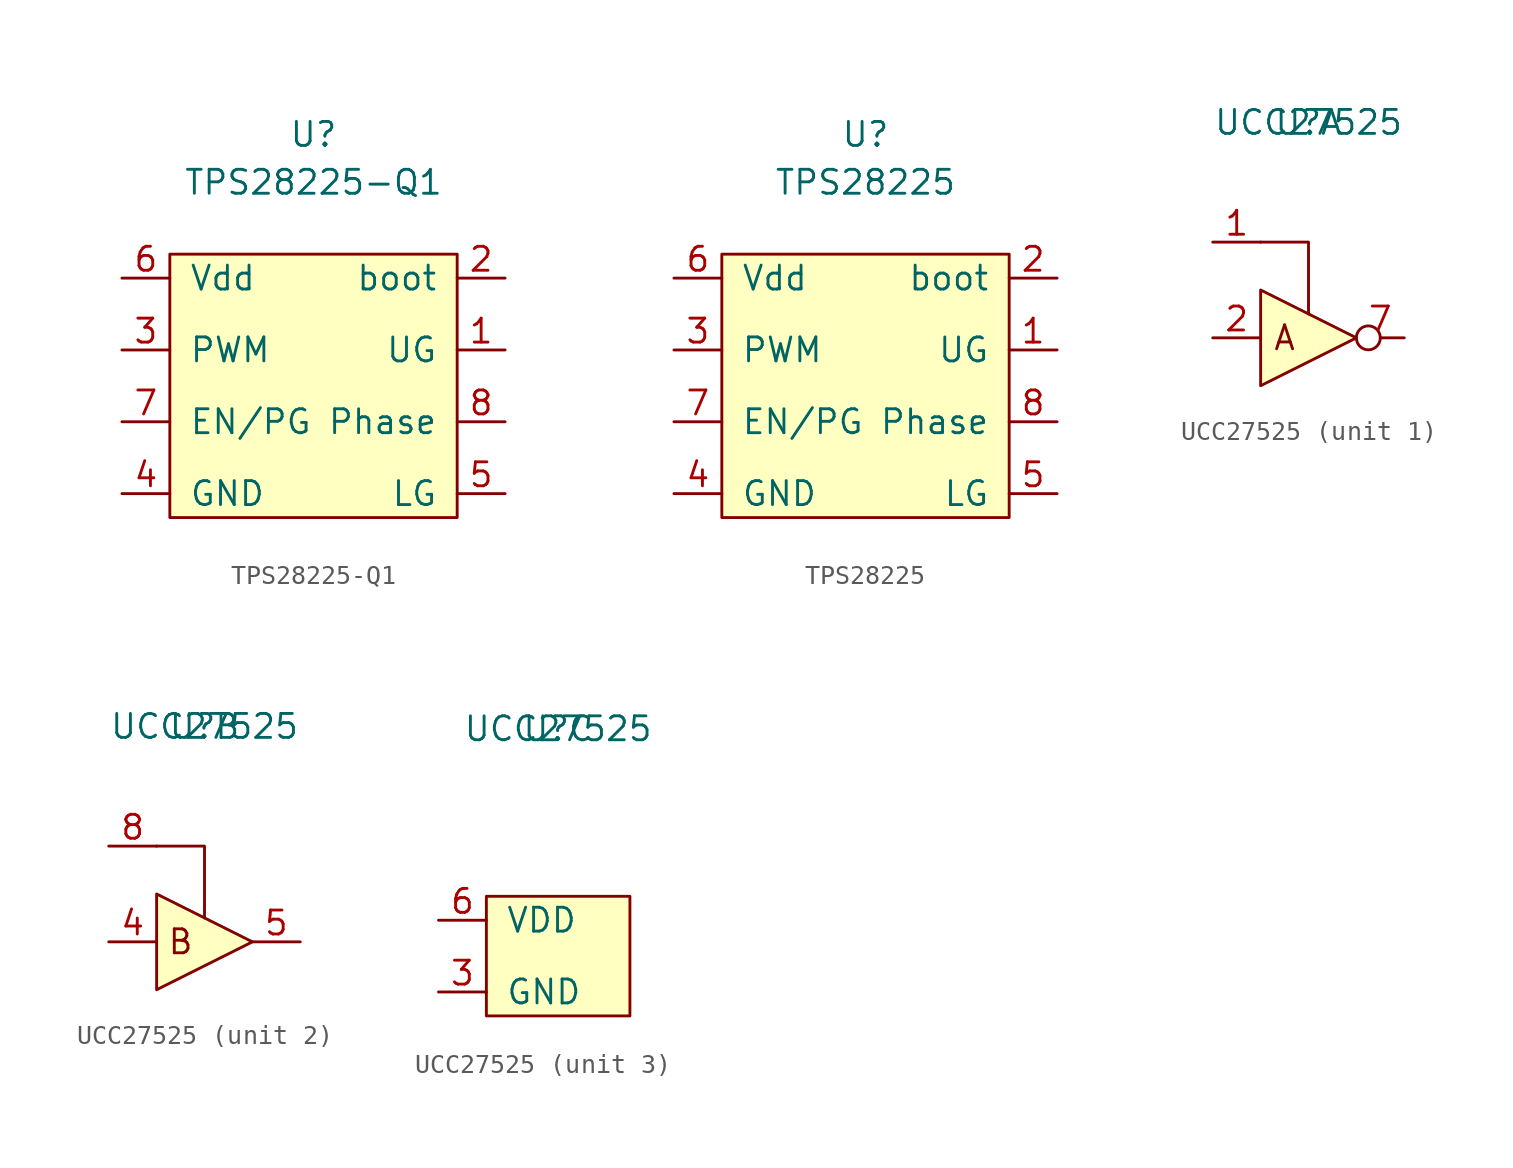
<source format=kicad_sym>
(kicad_symbol_lib
  (version 20211014)
  (generator kicad_symbol_editor)
  (symbol "TPS28225-Q1"
    (pin_names
      (offset 1.016))
    (property "Reference" "U"
      (at 0 12.7 0)
      (effects (font (size 1.27 1.27))))
    (property "Value" "TPS28225-Q1"
      (at 0 10.16 0)
      (effects (font (size 1.27 1.27))))
    (symbol "TPS28225-Q1_0_0"
      (pin output line (at 10.16 1.27 180) (length 2.54) (name "UG" (effects (font (size 1.27 1.27)))) (number "1" (effects (font (size 1.27 1.27)))))
      (pin passive line (at 10.16 5.08 180) (length 2.54) (name "boot" (effects (font (size 1.27 1.27)))) (number "2" (effects (font (size 1.27 1.27)))))
      (pin input line (at -10.16 1.27 0) (length 2.54) (name "PWM" (effects (font (size 1.27 1.27)))) (number "3" (effects (font (size 1.27 1.27)))))
      (pin power_in line (at -10.16 -6.35 0) (length 2.54) (name "GND" (effects (font (size 1.27 1.27)))) (number "4" (effects (font (size 1.27 1.27)))))
      (pin output line (at 10.16 -6.35 180) (length 2.54) (name "LG" (effects (font (size 1.27 1.27)))) (number "5" (effects (font (size 1.27 1.27)))))
      (pin power_in line (at -10.16 5.08 0) (length 2.54) (name "Vdd" (effects (font (size 1.27 1.27)))) (number "6" (effects (font (size 1.27 1.27)))))
      (pin passive line (at -10.16 -2.54 0) (length 2.54) (name "EN/PG" (effects (font (size 1.27 1.27)))) (number "7" (effects (font (size 1.27 1.27)))))
      (pin passive line (at 10.16 -2.54 180) (length 2.54) (name "Phase" (effects (font (size 1.27 1.27)))) (number "8" (effects (font (size 1.27 1.27))))))
    (symbol "TPS28225-Q1_0_1"
      (rectangle (start -7.62 6.35) (end 7.62 -7.62) (stroke (width 0) (type default) (color 0 0 0 0)) (fill (type background)))))
  (symbol "TPS28225"
    (pin_names
      (offset 1.016))
    (property "Reference" "U"
      (at 0 12.7 0)
      (effects (font (size 1.27 1.27))))
    (property "Value" "TPS28225"
      (at 0 10.16 0)
      (effects (font (size 1.27 1.27))))
    (symbol "TPS28225_0_0"
      (pin output line (at 10.16 1.27 180) (length 2.54) (name "UG" (effects (font (size 1.27 1.27)))) (number "1" (effects (font (size 1.27 1.27)))))
      (pin passive line (at 10.16 5.08 180) (length 2.54) (name "boot" (effects (font (size 1.27 1.27)))) (number "2" (effects (font (size 1.27 1.27)))))
      (pin input line (at -10.16 1.27 0) (length 2.54) (name "PWM" (effects (font (size 1.27 1.27)))) (number "3" (effects (font (size 1.27 1.27)))))
      (pin power_in line (at -10.16 -6.35 0) (length 2.54) (name "GND" (effects (font (size 1.27 1.27)))) (number "4" (effects (font (size 1.27 1.27)))))
      (pin output line (at 10.16 -6.35 180) (length 2.54) (name "LG" (effects (font (size 1.27 1.27)))) (number "5" (effects (font (size 1.27 1.27)))))
      (pin power_in line (at -10.16 5.08 0) (length 2.54) (name "Vdd" (effects (font (size 1.27 1.27)))) (number "6" (effects (font (size 1.27 1.27)))))
      (pin passive line (at -10.16 -2.54 0) (length 2.54) (name "EN/PG" (effects (font (size 1.27 1.27)))) (number "7" (effects (font (size 1.27 1.27)))))
      (pin passive line (at 10.16 -2.54 180) (length 2.54) (name "Phase" (effects (font (size 1.27 1.27)))) (number "8" (effects (font (size 1.27 1.27))))))
    (symbol "TPS28225_0_1"
      (rectangle (start -7.62 6.35) (end 7.62 -7.62) (stroke (width 0) (type default) (color 0 0 0 0)) (fill (type background)))))
  (symbol "UCC27525"
    (pin_names
      (offset 1.016))
    (property "Reference" "U"
      (at 0 11.43 0)
      (effects (font (size 1.27 1.27))))
    (property "Value" "UCC27525"
      (at 0 11.43 0)
      (effects (font (size 1.27 1.27))))
    (property "ki_locked" ""
      (at 0 0 0)
      (effects (font (size 1.27 1.27))))
    (symbol "UCC27525_1_1"
      (polyline (pts (xy -2.54 5.08) (xy 0 5.08) (xy 0 1.27)) (stroke (width 0) (type default) (color 0 0 0 0)) (fill (type none)))
      (polyline (pts (xy 2.54 0) (xy -2.54 2.54) (xy -2.54 -2.54) (xy 2.54 0)) (stroke (width 0) (type default) (color 0 0 0 0)) (fill (type background)))
      (text "A" (at -1.27 0 0) (effects (font (size 1.27 1.27))))
      (pin passive line (at -5.08 5.08 0) (length 2.54) (name "~" (effects (font (size 1.27 1.27)))) (number "1" (effects (font (size 1.27 1.27)))))
      (pin passive line (at -5.08 0 0) (length 2.54) (name "~" (effects (font (size 1.27 1.27)))) (number "2" (effects (font (size 1.27 1.27)))))
      (pin passive inverted (at 5.08 0 180) (length 2.54) (name "~" (effects (font (size 1.27 1.27)))) (number "7" (effects (font (size 1.27 1.27))))))
    (symbol "UCC27525_2_1"
      (polyline (pts (xy -2.54 5.08) (xy 0 5.08) (xy 0 1.27)) (stroke (width 0) (type default) (color 0 0 0 0)) (fill (type none)))
      (polyline (pts (xy 2.54 0) (xy -2.54 2.54) (xy -2.54 -2.54) (xy 2.54 0)) (stroke (width 0) (type default) (color 0 0 0 0)) (fill (type background)))
      (text "B" (at -1.27 0 0) (effects (font (size 1.27 1.27))))
      (pin passive line (at -5.08 0 0) (length 2.54) (name "~" (effects (font (size 1.27 1.27)))) (number "4" (effects (font (size 1.27 1.27)))))
      (pin passive line (at 5.08 0 180) (length 2.54) (name "~" (effects (font (size 1.27 1.27)))) (number "5" (effects (font (size 1.27 1.27)))))
      (pin passive line (at -5.08 5.08 0) (length 2.54) (name "~" (effects (font (size 1.27 1.27)))) (number "8" (effects (font (size 1.27 1.27))))))
    (symbol "UCC27525_3_1"
      (rectangle (start -3.81 2.54) (end 3.81 -3.81) (stroke (width 0) (type default) (color 0 0 0 0)) (fill (type background)))
      (pin power_in line (at -6.35 -2.54 0) (length 2.54) (name "GND" (effects (font (size 1.27 1.27)))) (number "3" (effects (font (size 1.27 1.27)))))
      (pin power_in line (at -6.35 1.27 0) (length 2.54) (name "VDD" (effects (font (size 1.27 1.27)))) (number "6" (effects (font (size 1.27 1.27)))))
      (pin power_in line (at -6.35 -2.54 0) (length 2.54) hide (name "EP" (effects (font (size 1.27 1.27)))) (number "9" (effects (font (size 1.27 1.27))))))))
</source>
